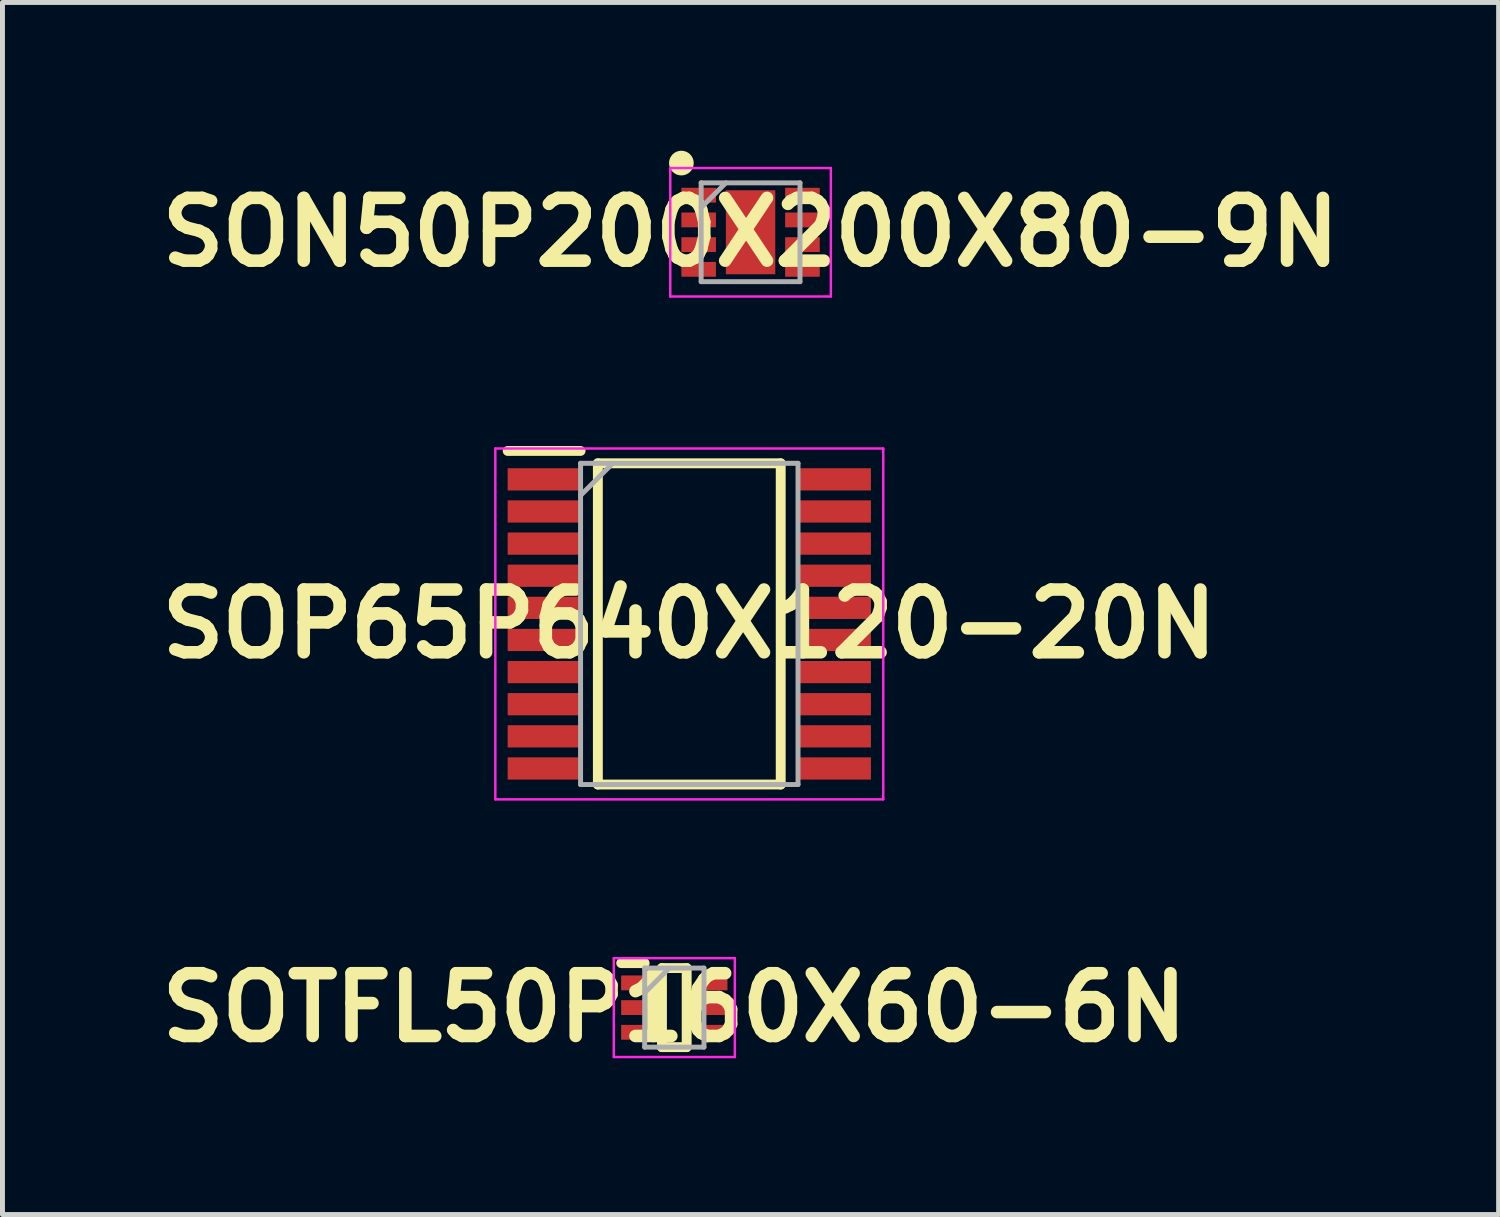
<source format=kicad_pcb>
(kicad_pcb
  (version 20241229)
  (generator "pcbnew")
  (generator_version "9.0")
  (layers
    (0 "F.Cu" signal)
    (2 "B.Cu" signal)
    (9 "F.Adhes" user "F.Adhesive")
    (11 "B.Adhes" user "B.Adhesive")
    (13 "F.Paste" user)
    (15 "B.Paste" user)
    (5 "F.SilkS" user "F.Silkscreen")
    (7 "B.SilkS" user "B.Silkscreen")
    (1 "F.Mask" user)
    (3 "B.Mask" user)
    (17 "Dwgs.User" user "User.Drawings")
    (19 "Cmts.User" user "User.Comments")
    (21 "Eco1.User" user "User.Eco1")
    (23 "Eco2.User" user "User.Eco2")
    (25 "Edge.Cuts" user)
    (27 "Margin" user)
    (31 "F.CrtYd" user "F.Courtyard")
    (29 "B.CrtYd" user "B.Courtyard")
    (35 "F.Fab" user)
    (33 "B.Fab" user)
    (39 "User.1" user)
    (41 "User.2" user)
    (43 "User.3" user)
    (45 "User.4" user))
  (footprint "SOP65P640X120-20N"
    (layer "F.Cu")
    (at 10.898 9.575)
    (property "Reference" "SOP65P640X120-20N" (at 0 0 0) (layer "F.SilkS") (effects (font (size 1.27 1.27) (thickness 0.254))))
    (attr smd)
    (fp_line (start -3.675 -3.5) (end -2.2 -3.5) (stroke (width 0.2) (type solid)) (layer "F.SilkS"))
    (fp_line (start -1.85 -3.25) (end 1.85 -3.25) (stroke (width 0.2) (type solid)) (layer "F.SilkS"))
    (fp_line (start -1.85 3.25) (end -1.85 -3.25) (stroke (width 0.2) (type solid)) (layer "F.SilkS"))
    (fp_line (start 1.85 -3.25) (end 1.85 3.25) (stroke (width 0.2) (type solid)) (layer "F.SilkS"))
    (fp_line (start 1.85 3.25) (end -1.85 3.25) (stroke (width 0.2) (type solid)) (layer "F.SilkS"))
    (fp_line (start -3.925 -3.55) (end 3.925 -3.55) (stroke (width 0.05) (type solid)) (layer "F.CrtYd"))
    (fp_line (start -3.925 3.55) (end -3.925 -3.55) (stroke (width 0.05) (type solid)) (layer "F.CrtYd"))
    (fp_line (start 3.925 -3.55) (end 3.925 3.55) (stroke (width 0.05) (type solid)) (layer "F.CrtYd"))
    (fp_line (start 3.925 3.55) (end -3.925 3.55) (stroke (width 0.05) (type solid)) (layer "F.CrtYd"))
    (fp_line (start -2.2 -3.25) (end 2.2 -3.25) (stroke (width 0.1) (type solid)) (layer "F.Fab"))
    (fp_line (start -2.2 -2.6) (end -1.55 -3.25) (stroke (width 0.1) (type solid)) (layer "F.Fab"))
    (fp_line (start -2.2 3.25) (end -2.2 -3.25) (stroke (width 0.1) (type solid)) (layer "F.Fab"))
    (fp_line (start 2.2 -3.25) (end 2.2 3.25) (stroke (width 0.1) (type solid)) (layer "F.Fab"))
    (fp_line (start 2.2 3.25) (end -2.2 3.25) (stroke (width 0.1) (type solid)) (layer "F.Fab"))
    (pad "1" smd rect (at -2.938 -2.925 90) (size 0.45 1.475) (layers "F.Cu" "F.Mask" "F.Paste"))
    (pad "2" smd rect (at -2.938 -2.275 90) (size 0.45 1.475) (layers "F.Cu" "F.Mask" "F.Paste"))
    (pad "3" smd rect (at -2.938 -1.625 90) (size 0.45 1.475) (layers "F.Cu" "F.Mask" "F.Paste"))
    (pad "4" smd rect (at -2.938 -0.975 90) (size 0.45 1.475) (layers "F.Cu" "F.Mask" "F.Paste"))
    (pad "5" smd rect (at -2.938 -0.325 90) (size 0.45 1.475) (layers "F.Cu" "F.Mask" "F.Paste"))
    (pad "6" smd rect (at -2.938 0.325 90) (size 0.45 1.475) (layers "F.Cu" "F.Mask" "F.Paste"))
    (pad "7" smd rect (at -2.938 0.975 90) (size 0.45 1.475) (layers "F.Cu" "F.Mask" "F.Paste"))
    (pad "8" smd rect (at -2.938 1.625 90) (size 0.45 1.475) (layers "F.Cu" "F.Mask" "F.Paste"))
    (pad "9" smd rect (at -2.938 2.275 90) (size 0.45 1.475) (layers "F.Cu" "F.Mask" "F.Paste"))
    (pad "10" smd rect (at -2.938 2.925 90) (size 0.45 1.475) (layers "F.Cu" "F.Mask" "F.Paste"))
    (pad "11" smd rect (at 2.938 2.925 90) (size 0.45 1.475) (layers "F.Cu" "F.Mask" "F.Paste"))
    (pad "12" smd rect (at 2.938 2.275 90) (size 0.45 1.475) (layers "F.Cu" "F.Mask" "F.Paste"))
    (pad "13" smd rect (at 2.938 1.625 90) (size 0.45 1.475) (layers "F.Cu" "F.Mask" "F.Paste"))
    (pad "14" smd rect (at 2.938 0.975 90) (size 0.45 1.475) (layers "F.Cu" "F.Mask" "F.Paste"))
    (pad "15" smd rect (at 2.938 0.325 90) (size 0.45 1.475) (layers "F.Cu" "F.Mask" "F.Paste"))
    (pad "16" smd rect (at 2.938 -0.325 90) (size 0.45 1.475) (layers "F.Cu" "F.Mask" "F.Paste"))
    (pad "17" smd rect (at 2.938 -0.975 90) (size 0.45 1.475) (layers "F.Cu" "F.Mask" "F.Paste"))
    (pad "18" smd rect (at 2.938 -1.625 90) (size 0.45 1.475) (layers "F.Cu" "F.Mask" "F.Paste"))
    (pad "19" smd rect (at 2.938 -2.275 90) (size 0.45 1.475) (layers "F.Cu" "F.Mask" "F.Paste"))
    (pad "20" smd rect (at 2.938 -2.925 90) (size 0.45 1.475) (layers "F.Cu" "F.Mask" "F.Paste")))
  (footprint "SOTFL50P160X60-6N"
    (layer "F.Cu")
    (at 10.595 17.339)
    (property "Reference" "SOTFL50P160X60-6N" (at 0 0 0) (layer "F.SilkS") (effects (font (size 1.27 1.27) (thickness 0.254))))
    (attr smd)
    (fp_line (start -1.075 -0.9) (end -0.6 -0.9) (stroke (width 0.2) (type solid)) (layer "F.SilkS"))
    (fp_line (start -0.25 -0.8) (end 0.25 -0.8) (stroke (width 0.2) (type solid)) (layer "F.SilkS"))
    (fp_line (start -0.25 0.8) (end -0.25 -0.8) (stroke (width 0.2) (type solid)) (layer "F.SilkS"))
    (fp_line (start 0.25 -0.8) (end 0.25 0.8) (stroke (width 0.2) (type solid)) (layer "F.SilkS"))
    (fp_line (start 0.25 0.8) (end -0.25 0.8) (stroke (width 0.2) (type solid)) (layer "F.SilkS"))
    (fp_line (start -1.225 -1) (end 1.225 -1) (stroke (width 0.05) (type solid)) (layer "F.CrtYd"))
    (fp_line (start -1.225 1) (end -1.225 -1) (stroke (width 0.05) (type solid)) (layer "F.CrtYd"))
    (fp_line (start 1.225 -1) (end 1.225 1) (stroke (width 0.05) (type solid)) (layer "F.CrtYd"))
    (fp_line (start 1.225 1) (end -1.225 1) (stroke (width 0.05) (type solid)) (layer "F.CrtYd"))
    (fp_line (start -0.6 -0.8) (end 0.6 -0.8) (stroke (width 0.1) (type solid)) (layer "F.Fab"))
    (fp_line (start -0.6 -0.3) (end -0.1 -0.8) (stroke (width 0.1) (type solid)) (layer "F.Fab"))
    (fp_line (start -0.6 0.8) (end -0.6 -0.8) (stroke (width 0.1) (type solid)) (layer "F.Fab"))
    (fp_line (start 0.6 -0.8) (end 0.6 0.8) (stroke (width 0.1) (type solid)) (layer "F.Fab"))
    (fp_line (start 0.6 0.8) (end -0.6 0.8) (stroke (width 0.1) (type solid)) (layer "F.Fab"))
    (pad "1" smd rect (at -0.838 -0.5 90) (size 0.3 0.475) (layers "F.Cu" "F.Mask" "F.Paste"))
    (pad "2" smd rect (at -0.838 0 90) (size 0.3 0.475) (layers "F.Cu" "F.Mask" "F.Paste"))
    (pad "3" smd rect (at -0.838 0.5 90) (size 0.3 0.475) (layers "F.Cu" "F.Mask" "F.Paste"))
    (pad "4" smd rect (at 0.838 0.5 90) (size 0.3 0.475) (layers "F.Cu" "F.Mask" "F.Paste"))
    (pad "5" smd rect (at 0.838 0 90) (size 0.3 0.475) (layers "F.Cu" "F.Mask" "F.Paste"))
    (pad "6" smd rect (at 0.838 -0.5 90) (size 0.3 0.475) (layers "F.Cu" "F.Mask" "F.Paste")))
  (footprint "SON50P200X200X80-9N"
    (layer "F.Cu")
    (at 12.138 1.65)
    (property "Reference" "SON50P200X200X80-9N" (at 0 0 0) (layer "F.SilkS") (effects (font (size 1.27 1.27) (thickness 0.254))))
    (attr smd)
    (fp_circle (center -1.4 -1.4) (end -1.4 -1.275) (stroke (width 0.25) (type solid)) (fill no) (layer "F.SilkS"))
    (fp_line (start -1.625 -1.3) (end 1.625 -1.3) (stroke (width 0.05) (type solid)) (layer "F.CrtYd"))
    (fp_line (start -1.625 1.3) (end -1.625 -1.3) (stroke (width 0.05) (type solid)) (layer "F.CrtYd"))
    (fp_line (start 1.625 -1.3) (end 1.625 1.3) (stroke (width 0.05) (type solid)) (layer "F.CrtYd"))
    (fp_line (start 1.625 1.3) (end -1.625 1.3) (stroke (width 0.05) (type solid)) (layer "F.CrtYd"))
    (fp_line (start -1 -1) (end 1 -1) (stroke (width 0.1) (type solid)) (layer "F.Fab"))
    (fp_line (start -1 -0.5) (end -0.5 -1) (stroke (width 0.1) (type solid)) (layer "F.Fab"))
    (fp_line (start -1 1) (end -1 -1) (stroke (width 0.1) (type solid)) (layer "F.Fab"))
    (fp_line (start 1 -1) (end 1 1) (stroke (width 0.1) (type solid)) (layer "F.Fab"))
    (fp_line (start 1 1) (end -1 1) (stroke (width 0.1) (type solid)) (layer "F.Fab"))
    (pad "1" smd rect (at -1.05 -0.75 90) (size 0.3 0.7) (layers "F.Cu" "F.Mask" "F.Paste"))
    (pad "2" smd rect (at -1.05 -0.25 90) (size 0.3 0.7) (layers "F.Cu" "F.Mask" "F.Paste"))
    (pad "3" smd rect (at -1.05 0.25 90) (size 0.3 0.7) (layers "F.Cu" "F.Mask" "F.Paste"))
    (pad "4" smd rect (at -1.05 0.75 90) (size 0.3 0.7) (layers "F.Cu" "F.Mask" "F.Paste"))
    (pad "5" smd rect (at 1.05 0.75 90) (size 0.3 0.7) (layers "F.Cu" "F.Mask" "F.Paste"))
    (pad "6" smd rect (at 1.05 0.25 90) (size 0.3 0.7) (layers "F.Cu" "F.Mask" "F.Paste"))
    (pad "7" smd rect (at 1.05 -0.25 90) (size 0.3 0.7) (layers "F.Cu" "F.Mask" "F.Paste"))
    (pad "8" smd rect (at 1.05 -0.75 90) (size 0.3 0.7) (layers "F.Cu" "F.Mask" "F.Paste"))
    (pad "9" smd rect (at 0 0) (size 1 1.7) (layers "F.Cu" "F.Mask" "F.Paste")))
  (gr_rect
    (start -3 -3)
    (end 27.275 21.527)
    (stroke (width 0.1) (type default))
    (fill no)
    (layer "Edge.Cuts")))
</source>
